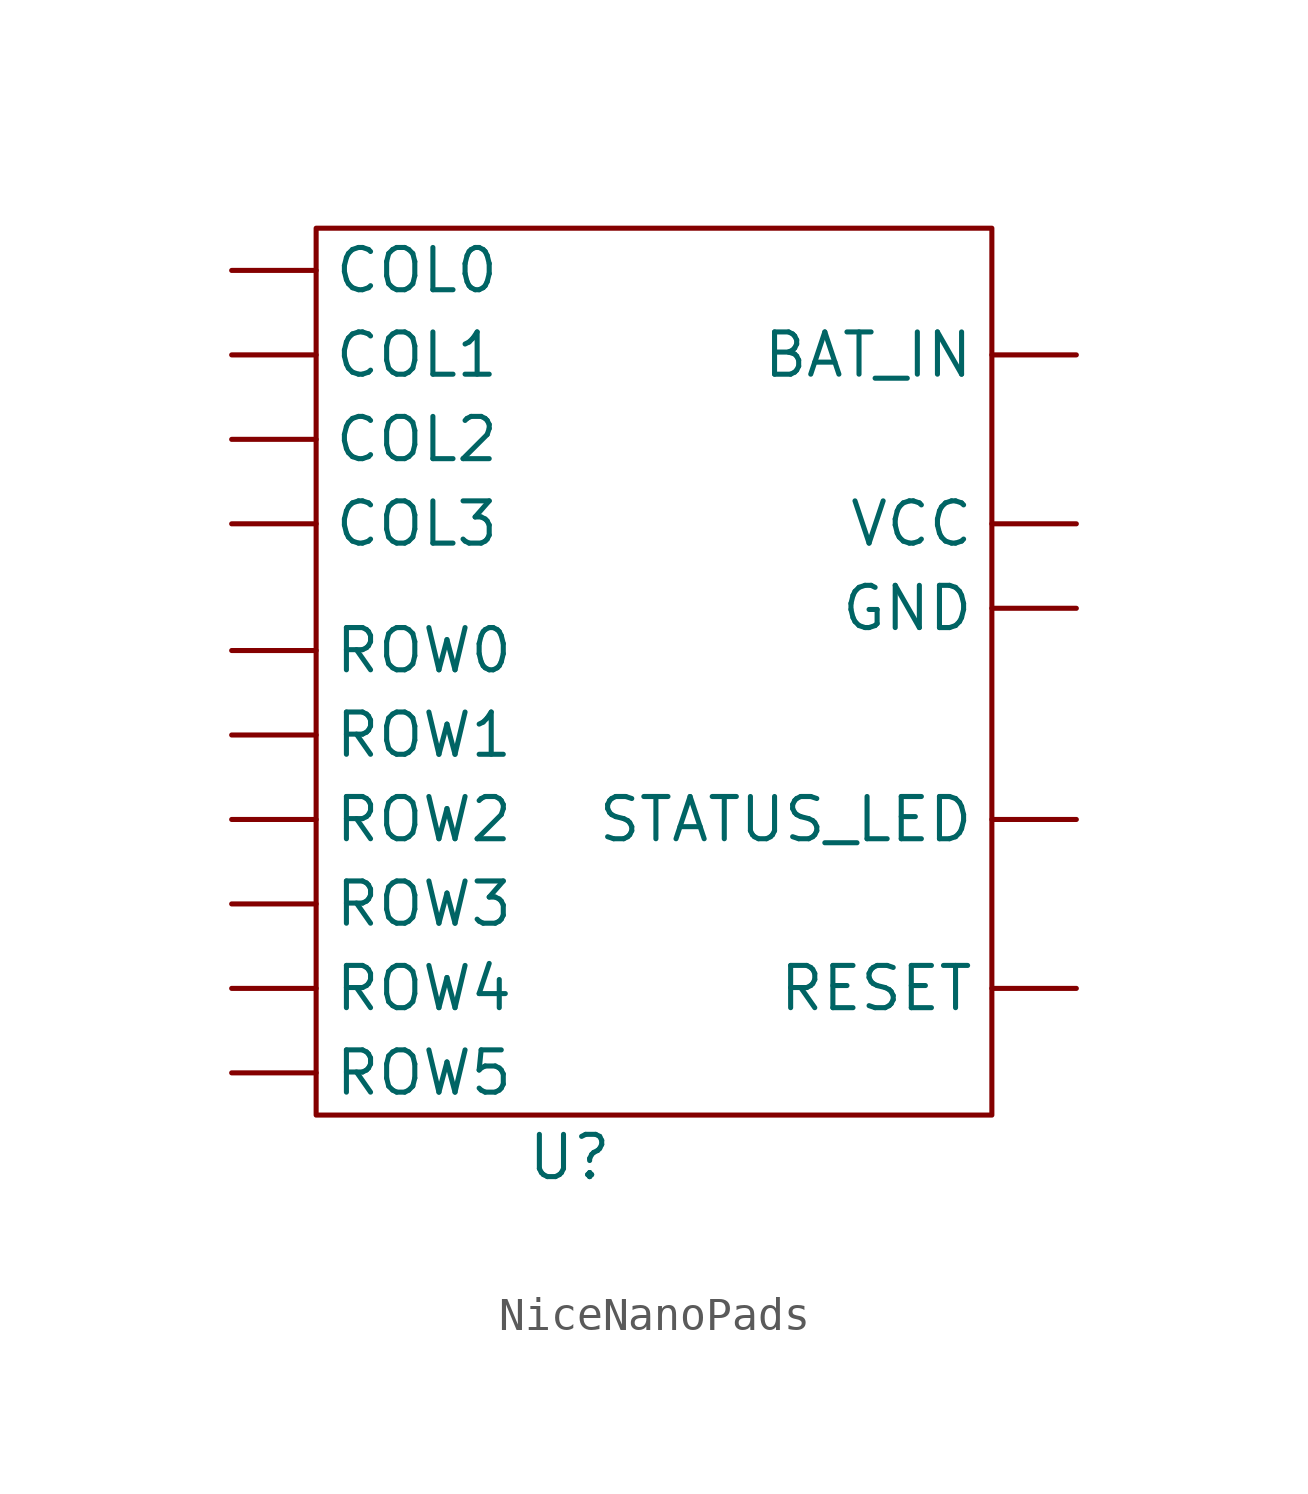
<source format=kicad_sym>
(kicad_symbol_lib
  (version 20220914)
  (generator kicad_symbol_editor)
  (symbol "NiceNanoPads"
    (property "Reference" "U"
      (at 0 0 0)
      (effects (font (size 1.27 1.27))))
    (property "Value" ""
      (at 0 0 0)
      (effects (font (size 1.27 1.27))))
    (symbol "NiceNanoPads_0_1"
      (rectangle (start -7.62 27.94) (end 12.7 1.27) (stroke (width 0) (type default)) (fill (type none))))
    (symbol "NiceNanoPads_1_1"
      (pin input line (at 15.24 24.13 180) (length 2.54) (name "BAT_IN" (effects (font (size 1.27 1.27)))) (number "" (effects (font (size 1.27 1.27)))))
      (pin input line (at -10.16 26.67 0) (length 2.54) (name "COL0" (effects (font (size 1.27 1.27)))) (number "" (effects (font (size 1.27 1.27)))))
      (pin input line (at -10.16 24.13 0) (length 2.54) (name "COL1" (effects (font (size 1.27 1.27)))) (number "" (effects (font (size 1.27 1.27)))))
      (pin input line (at -10.16 21.59 0) (length 2.54) (name "COL2" (effects (font (size 1.27 1.27)))) (number "" (effects (font (size 1.27 1.27)))))
      (pin input line (at -10.16 19.05 0) (length 2.54) (name "COL3" (effects (font (size 1.27 1.27)))) (number "" (effects (font (size 1.27 1.27)))))
      (pin input line (at 15.24 16.51 180) (length 2.54) (name "GND" (effects (font (size 1.27 1.27)))) (number "" (effects (font (size 1.27 1.27)))))
      (pin input line (at 15.24 5.08 180) (length 2.54) (name "RESET" (effects (font (size 1.27 1.27)))) (number "" (effects (font (size 1.27 1.27)))))
      (pin input line (at -10.16 15.24 0) (length 2.54) (name "ROW0" (effects (font (size 1.27 1.27)))) (number "" (effects (font (size 1.27 1.27)))))
      (pin input line (at -10.16 12.7 0) (length 2.54) (name "ROW1" (effects (font (size 1.27 1.27)))) (number "" (effects (font (size 1.27 1.27)))))
      (pin input line (at -10.16 10.16 0) (length 2.54) (name "ROW2" (effects (font (size 1.27 1.27)))) (number "" (effects (font (size 1.27 1.27)))))
      (pin input line (at -10.16 7.62 0) (length 2.54) (name "ROW3" (effects (font (size 1.27 1.27)))) (number "" (effects (font (size 1.27 1.27)))))
      (pin input line (at -10.16 5.08 0) (length 2.54) (name "ROW4" (effects (font (size 1.27 1.27)))) (number "" (effects (font (size 1.27 1.27)))))
      (pin input line (at -10.16 2.54 0) (length 2.54) (name "ROW5" (effects (font (size 1.27 1.27)))) (number "" (effects (font (size 1.27 1.27)))))
      (pin input line (at 15.24 10.16 180) (length 2.54) (name "STATUS_LED" (effects (font (size 1.27 1.27)))) (number "" (effects (font (size 1.27 1.27)))))
      (pin input line (at 15.24 19.05 180) (length 2.54) (name "VCC" (effects (font (size 1.27 1.27)))) (number "" (effects (font (size 1.27 1.27))))))))
</source>
